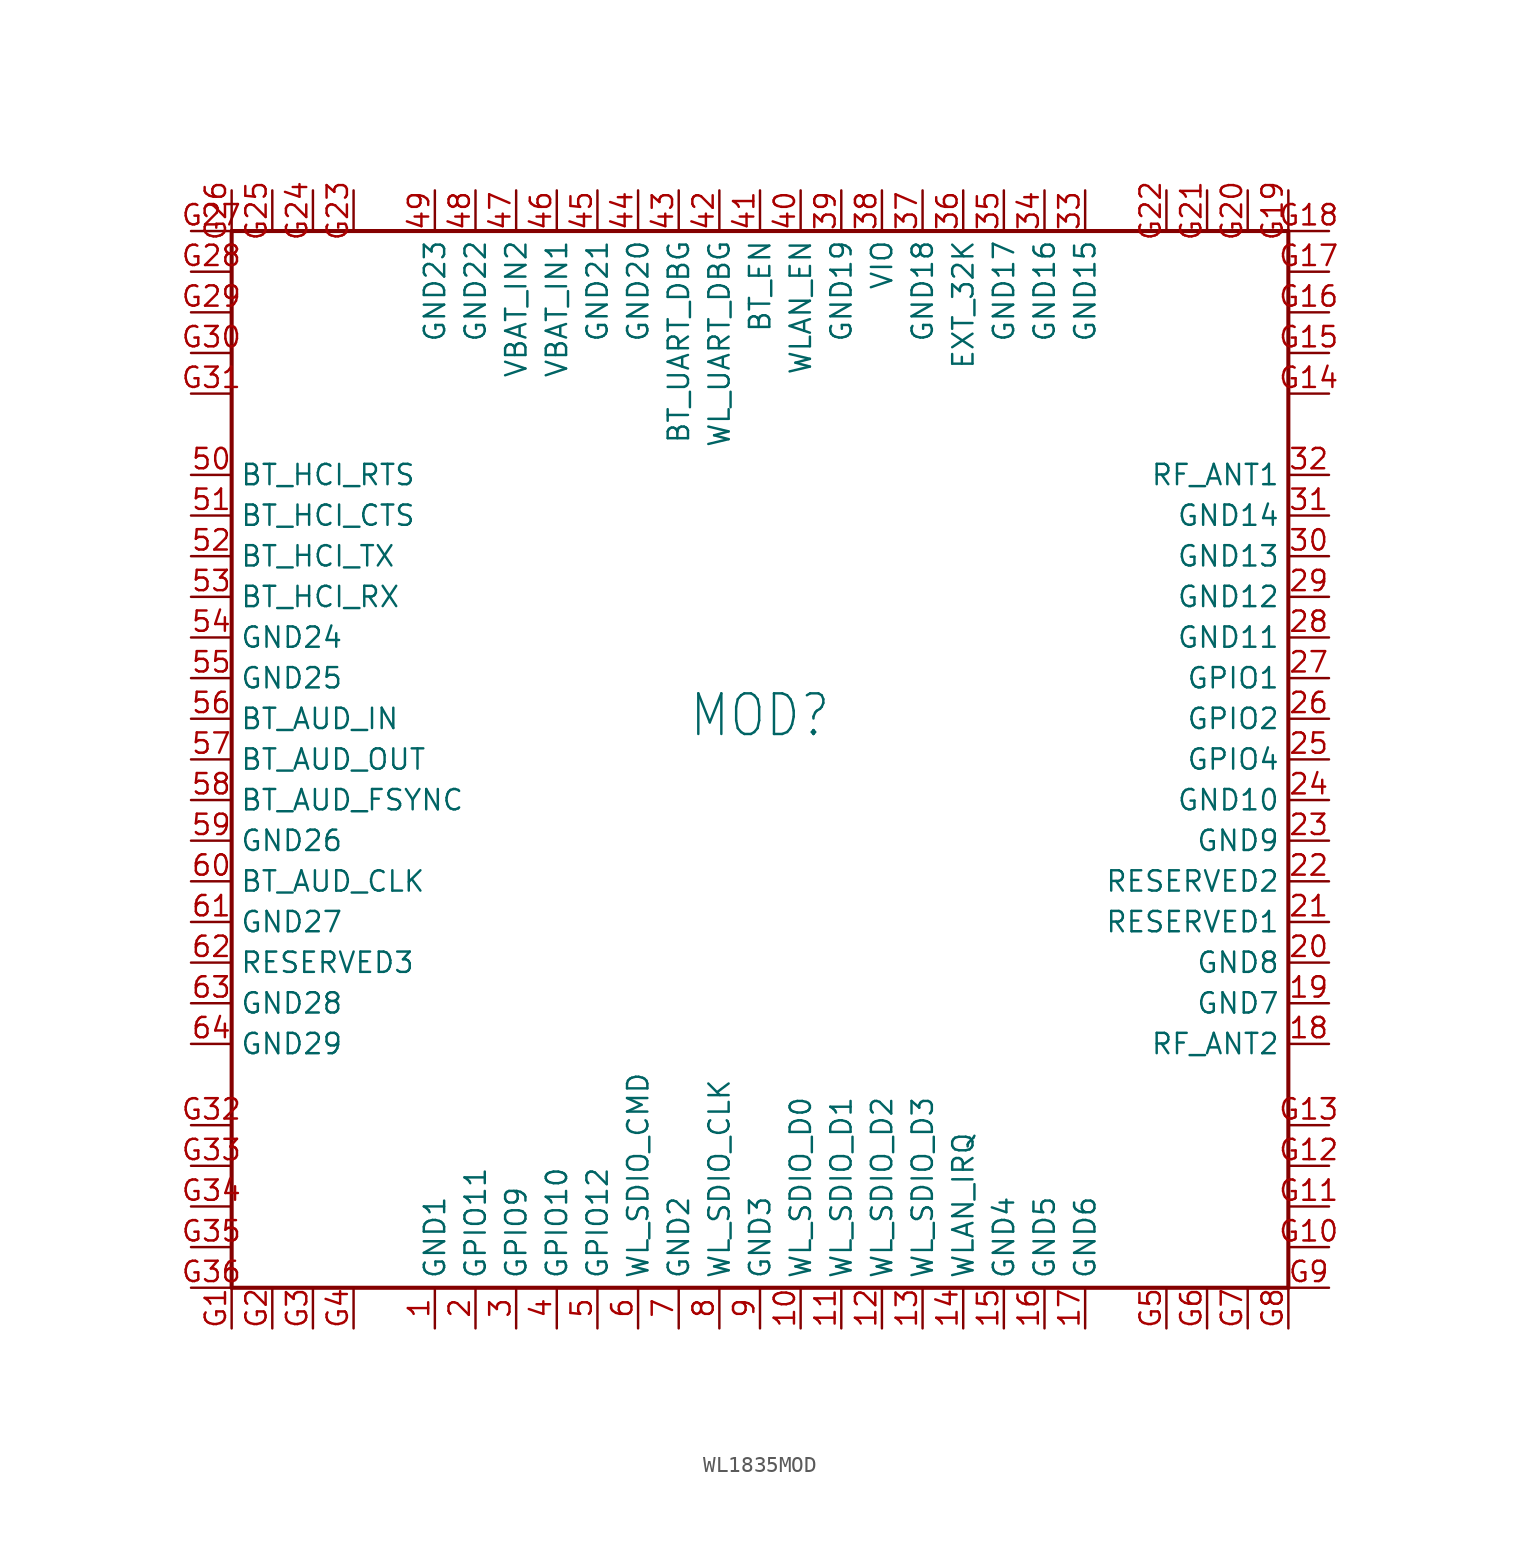
<source format=kicad_sym>
(kicad_symbol_lib
  (version 20231120)
  (generator "kicad_symbol_editor")
  (generator_version "8.0")
  (symbol "WL1835MOD"
    (property "Reference" "MOD"
      (at 0 1.27 0)
      (effects (font (size 2.54 2.159)) (justify bottom)))
    (property "Value" ""
      (at 0 -1.27 0)
      (effects (font (size 2.54 2.159)) (justify top)))
    (property "ki_locked" ""
      (at 0 0 0)
      (effects (font (size 1.27 1.27))))
    (symbol "WL1835MOD_1_0"
      (polyline (pts (xy -33.02 -33.02) (xy -33.02 33.02)) (stroke (width 0.254) (type solid)) (fill (type none)))
      (polyline (pts (xy -33.02 33.02) (xy 33.02 33.02)) (stroke (width 0.254) (type solid)) (fill (type none)))
      (polyline (pts (xy 33.02 -33.02) (xy -33.02 -33.02)) (stroke (width 0.254) (type solid)) (fill (type none)))
      (polyline (pts (xy 33.02 33.02) (xy 33.02 -33.02)) (stroke (width 0.254) (type solid)) (fill (type none)))
      (pin bidirectional line (at -20.32 -35.56 90) (length 2.54) (name "GND1" (effects (font (size 1.27 1.27)))) (number "1" (effects (font (size 1.27 1.27)))))
      (pin bidirectional line (at 2.54 -35.56 90) (length 2.54) (name "WL_SDIO_D0" (effects (font (size 1.27 1.27)))) (number "10" (effects (font (size 1.27 1.27)))))
      (pin bidirectional line (at 5.08 -35.56 90) (length 2.54) (name "WL_SDIO_D1" (effects (font (size 1.27 1.27)))) (number "11" (effects (font (size 1.27 1.27)))))
      (pin bidirectional line (at 7.62 -35.56 90) (length 2.54) (name "WL_SDIO_D2" (effects (font (size 1.27 1.27)))) (number "12" (effects (font (size 1.27 1.27)))))
      (pin bidirectional line (at 10.16 -35.56 90) (length 2.54) (name "WL_SDIO_D3" (effects (font (size 1.27 1.27)))) (number "13" (effects (font (size 1.27 1.27)))))
      (pin bidirectional line (at 12.7 -35.56 90) (length 2.54) (name "WLAN_IRQ" (effects (font (size 1.27 1.27)))) (number "14" (effects (font (size 1.27 1.27)))))
      (pin bidirectional line (at 15.24 -35.56 90) (length 2.54) (name "GND4" (effects (font (size 1.27 1.27)))) (number "15" (effects (font (size 1.27 1.27)))))
      (pin bidirectional line (at 17.78 -35.56 90) (length 2.54) (name "GND5" (effects (font (size 1.27 1.27)))) (number "16" (effects (font (size 1.27 1.27)))))
      (pin bidirectional line (at 20.32 -35.56 90) (length 2.54) (name "GND6" (effects (font (size 1.27 1.27)))) (number "17" (effects (font (size 1.27 1.27)))))
      (pin bidirectional line (at 35.56 -17.78 180) (length 2.54) (name "RF_ANT2" (effects (font (size 1.27 1.27)))) (number "18" (effects (font (size 1.27 1.27)))))
      (pin bidirectional line (at 35.56 -15.24 180) (length 2.54) (name "GND7" (effects (font (size 1.27 1.27)))) (number "19" (effects (font (size 1.27 1.27)))))
      (pin bidirectional line (at -17.78 -35.56 90) (length 2.54) (name "GPIO11" (effects (font (size 1.27 1.27)))) (number "2" (effects (font (size 1.27 1.27)))))
      (pin bidirectional line (at 35.56 -12.7 180) (length 2.54) (name "GND8" (effects (font (size 1.27 1.27)))) (number "20" (effects (font (size 1.27 1.27)))))
      (pin bidirectional line (at 35.56 -10.16 180) (length 2.54) (name "RESERVED1" (effects (font (size 1.27 1.27)))) (number "21" (effects (font (size 1.27 1.27)))))
      (pin bidirectional line (at 35.56 -7.62 180) (length 2.54) (name "RESERVED2" (effects (font (size 1.27 1.27)))) (number "22" (effects (font (size 1.27 1.27)))))
      (pin bidirectional line (at 35.56 -5.08 180) (length 2.54) (name "GND9" (effects (font (size 1.27 1.27)))) (number "23" (effects (font (size 1.27 1.27)))))
      (pin bidirectional line (at 35.56 -2.54 180) (length 2.54) (name "GND10" (effects (font (size 1.27 1.27)))) (number "24" (effects (font (size 1.27 1.27)))))
      (pin bidirectional line (at 35.56 0 180) (length 2.54) (name "GPIO4" (effects (font (size 1.27 1.27)))) (number "25" (effects (font (size 1.27 1.27)))))
      (pin bidirectional line (at 35.56 2.54 180) (length 2.54) (name "GPIO2" (effects (font (size 1.27 1.27)))) (number "26" (effects (font (size 1.27 1.27)))))
      (pin bidirectional line (at 35.56 5.08 180) (length 2.54) (name "GPIO1" (effects (font (size 1.27 1.27)))) (number "27" (effects (font (size 1.27 1.27)))))
      (pin bidirectional line (at 35.56 7.62 180) (length 2.54) (name "GND11" (effects (font (size 1.27 1.27)))) (number "28" (effects (font (size 1.27 1.27)))))
      (pin bidirectional line (at 35.56 10.16 180) (length 2.54) (name "GND12" (effects (font (size 1.27 1.27)))) (number "29" (effects (font (size 1.27 1.27)))))
      (pin bidirectional line (at -15.24 -35.56 90) (length 2.54) (name "GPIO9" (effects (font (size 1.27 1.27)))) (number "3" (effects (font (size 1.27 1.27)))))
      (pin bidirectional line (at 35.56 12.7 180) (length 2.54) (name "GND13" (effects (font (size 1.27 1.27)))) (number "30" (effects (font (size 1.27 1.27)))))
      (pin bidirectional line (at 35.56 15.24 180) (length 2.54) (name "GND14" (effects (font (size 1.27 1.27)))) (number "31" (effects (font (size 1.27 1.27)))))
      (pin bidirectional line (at 35.56 17.78 180) (length 2.54) (name "RF_ANT1" (effects (font (size 1.27 1.27)))) (number "32" (effects (font (size 1.27 1.27)))))
      (pin bidirectional line (at 20.32 35.56 270) (length 2.54) (name "GND15" (effects (font (size 1.27 1.27)))) (number "33" (effects (font (size 1.27 1.27)))))
      (pin bidirectional line (at 17.78 35.56 270) (length 2.54) (name "GND16" (effects (font (size 1.27 1.27)))) (number "34" (effects (font (size 1.27 1.27)))))
      (pin bidirectional line (at 15.24 35.56 270) (length 2.54) (name "GND17" (effects (font (size 1.27 1.27)))) (number "35" (effects (font (size 1.27 1.27)))))
      (pin bidirectional line (at 12.7 35.56 270) (length 2.54) (name "EXT_32K" (effects (font (size 1.27 1.27)))) (number "36" (effects (font (size 1.27 1.27)))))
      (pin bidirectional line (at 10.16 35.56 270) (length 2.54) (name "GND18" (effects (font (size 1.27 1.27)))) (number "37" (effects (font (size 1.27 1.27)))))
      (pin bidirectional line (at 7.62 35.56 270) (length 2.54) (name "VIO" (effects (font (size 1.27 1.27)))) (number "38" (effects (font (size 1.27 1.27)))))
      (pin bidirectional line (at 5.08 35.56 270) (length 2.54) (name "GND19" (effects (font (size 1.27 1.27)))) (number "39" (effects (font (size 1.27 1.27)))))
      (pin bidirectional line (at -12.7 -35.56 90) (length 2.54) (name "GPIO10" (effects (font (size 1.27 1.27)))) (number "4" (effects (font (size 1.27 1.27)))))
      (pin bidirectional line (at 2.54 35.56 270) (length 2.54) (name "WLAN_EN" (effects (font (size 1.27 1.27)))) (number "40" (effects (font (size 1.27 1.27)))))
      (pin bidirectional line (at 0 35.56 270) (length 2.54) (name "BT_EN" (effects (font (size 1.27 1.27)))) (number "41" (effects (font (size 1.27 1.27)))))
      (pin bidirectional line (at -2.54 35.56 270) (length 2.54) (name "WL_UART_DBG" (effects (font (size 1.27 1.27)))) (number "42" (effects (font (size 1.27 1.27)))))
      (pin bidirectional line (at -5.08 35.56 270) (length 2.54) (name "BT_UART_DBG" (effects (font (size 1.27 1.27)))) (number "43" (effects (font (size 1.27 1.27)))))
      (pin bidirectional line (at -7.62 35.56 270) (length 2.54) (name "GND20" (effects (font (size 1.27 1.27)))) (number "44" (effects (font (size 1.27 1.27)))))
      (pin bidirectional line (at -10.16 35.56 270) (length 2.54) (name "GND21" (effects (font (size 1.27 1.27)))) (number "45" (effects (font (size 1.27 1.27)))))
      (pin bidirectional line (at -12.7 35.56 270) (length 2.54) (name "VBAT_IN1" (effects (font (size 1.27 1.27)))) (number "46" (effects (font (size 1.27 1.27)))))
      (pin bidirectional line (at -15.24 35.56 270) (length 2.54) (name "VBAT_IN2" (effects (font (size 1.27 1.27)))) (number "47" (effects (font (size 1.27 1.27)))))
      (pin bidirectional line (at -17.78 35.56 270) (length 2.54) (name "GND22" (effects (font (size 1.27 1.27)))) (number "48" (effects (font (size 1.27 1.27)))))
      (pin bidirectional line (at -20.32 35.56 270) (length 2.54) (name "GND23" (effects (font (size 1.27 1.27)))) (number "49" (effects (font (size 1.27 1.27)))))
      (pin bidirectional line (at -10.16 -35.56 90) (length 2.54) (name "GPIO12" (effects (font (size 1.27 1.27)))) (number "5" (effects (font (size 1.27 1.27)))))
      (pin bidirectional line (at -35.56 17.78 0) (length 2.54) (name "BT_HCI_RTS" (effects (font (size 1.27 1.27)))) (number "50" (effects (font (size 1.27 1.27)))))
      (pin bidirectional line (at -35.56 15.24 0) (length 2.54) (name "BT_HCI_CTS" (effects (font (size 1.27 1.27)))) (number "51" (effects (font (size 1.27 1.27)))))
      (pin bidirectional line (at -35.56 12.7 0) (length 2.54) (name "BT_HCI_TX" (effects (font (size 1.27 1.27)))) (number "52" (effects (font (size 1.27 1.27)))))
      (pin bidirectional line (at -35.56 10.16 0) (length 2.54) (name "BT_HCI_RX" (effects (font (size 1.27 1.27)))) (number "53" (effects (font (size 1.27 1.27)))))
      (pin bidirectional line (at -35.56 7.62 0) (length 2.54) (name "GND24" (effects (font (size 1.27 1.27)))) (number "54" (effects (font (size 1.27 1.27)))))
      (pin bidirectional line (at -35.56 5.08 0) (length 2.54) (name "GND25" (effects (font (size 1.27 1.27)))) (number "55" (effects (font (size 1.27 1.27)))))
      (pin bidirectional line (at -35.56 2.54 0) (length 2.54) (name "BT_AUD_IN" (effects (font (size 1.27 1.27)))) (number "56" (effects (font (size 1.27 1.27)))))
      (pin bidirectional line (at -35.56 0 0) (length 2.54) (name "BT_AUD_OUT" (effects (font (size 1.27 1.27)))) (number "57" (effects (font (size 1.27 1.27)))))
      (pin bidirectional line (at -35.56 -2.54 0) (length 2.54) (name "BT_AUD_FSYNC" (effects (font (size 1.27 1.27)))) (number "58" (effects (font (size 1.27 1.27)))))
      (pin bidirectional line (at -35.56 -5.08 0) (length 2.54) (name "GND26" (effects (font (size 1.27 1.27)))) (number "59" (effects (font (size 1.27 1.27)))))
      (pin bidirectional line (at -7.62 -35.56 90) (length 2.54) (name "WL_SDIO_CMD" (effects (font (size 1.27 1.27)))) (number "6" (effects (font (size 1.27 1.27)))))
      (pin bidirectional line (at -35.56 -7.62 0) (length 2.54) (name "BT_AUD_CLK" (effects (font (size 1.27 1.27)))) (number "60" (effects (font (size 1.27 1.27)))))
      (pin bidirectional line (at -35.56 -10.16 0) (length 2.54) (name "GND27" (effects (font (size 1.27 1.27)))) (number "61" (effects (font (size 1.27 1.27)))))
      (pin bidirectional line (at -35.56 -12.7 0) (length 2.54) (name "RESERVED3" (effects (font (size 1.27 1.27)))) (number "62" (effects (font (size 1.27 1.27)))))
      (pin bidirectional line (at -35.56 -15.24 0) (length 2.54) (name "GND28" (effects (font (size 1.27 1.27)))) (number "63" (effects (font (size 1.27 1.27)))))
      (pin bidirectional line (at -35.56 -17.78 0) (length 2.54) (name "GND29" (effects (font (size 1.27 1.27)))) (number "64" (effects (font (size 1.27 1.27)))))
      (pin bidirectional line (at -5.08 -35.56 90) (length 2.54) (name "GND2" (effects (font (size 1.27 1.27)))) (number "7" (effects (font (size 1.27 1.27)))))
      (pin bidirectional line (at -2.54 -35.56 90) (length 2.54) (name "WL_SDIO_CLK" (effects (font (size 1.27 1.27)))) (number "8" (effects (font (size 1.27 1.27)))))
      (pin bidirectional line (at 0 -35.56 90) (length 2.54) (name "GND3" (effects (font (size 1.27 1.27)))) (number "9" (effects (font (size 1.27 1.27)))))
      (pin bidirectional line (at -33.02 -35.56 90) (length 2.54) (name "G1" (effects (font (size 0 0)))) (number "G1" (effects (font (size 1.27 1.27)))))
      (pin bidirectional line (at 35.56 -30.48 180) (length 2.54) (name "G10" (effects (font (size 0 0)))) (number "G10" (effects (font (size 1.27 1.27)))))
      (pin bidirectional line (at 35.56 -27.94 180) (length 2.54) (name "G11" (effects (font (size 0 0)))) (number "G11" (effects (font (size 1.27 1.27)))))
      (pin bidirectional line (at 35.56 -25.4 180) (length 2.54) (name "G12" (effects (font (size 0 0)))) (number "G12" (effects (font (size 1.27 1.27)))))
      (pin bidirectional line (at 35.56 -22.86 180) (length 2.54) (name "G13" (effects (font (size 0 0)))) (number "G13" (effects (font (size 1.27 1.27)))))
      (pin bidirectional line (at 35.56 22.86 180) (length 2.54) (name "G14" (effects (font (size 0 0)))) (number "G14" (effects (font (size 1.27 1.27)))))
      (pin bidirectional line (at 35.56 25.4 180) (length 2.54) (name "G15" (effects (font (size 0 0)))) (number "G15" (effects (font (size 1.27 1.27)))))
      (pin bidirectional line (at 35.56 27.94 180) (length 2.54) (name "G16" (effects (font (size 0 0)))) (number "G16" (effects (font (size 1.27 1.27)))))
      (pin bidirectional line (at 35.56 30.48 180) (length 2.54) (name "G17" (effects (font (size 0 0)))) (number "G17" (effects (font (size 1.27 1.27)))))
      (pin bidirectional line (at 35.56 33.02 180) (length 2.54) (name "G18" (effects (font (size 0 0)))) (number "G18" (effects (font (size 1.27 1.27)))))
      (pin bidirectional line (at 33.02 35.56 270) (length 2.54) (name "G19" (effects (font (size 0 0)))) (number "G19" (effects (font (size 1.27 1.27)))))
      (pin bidirectional line (at -30.48 -35.56 90) (length 2.54) (name "G2" (effects (font (size 0 0)))) (number "G2" (effects (font (size 1.27 1.27)))))
      (pin bidirectional line (at 30.48 35.56 270) (length 2.54) (name "G20" (effects (font (size 0 0)))) (number "G20" (effects (font (size 1.27 1.27)))))
      (pin bidirectional line (at 27.94 35.56 270) (length 2.54) (name "G21" (effects (font (size 0 0)))) (number "G21" (effects (font (size 1.27 1.27)))))
      (pin bidirectional line (at 25.4 35.56 270) (length 2.54) (name "G22" (effects (font (size 0 0)))) (number "G22" (effects (font (size 1.27 1.27)))))
      (pin bidirectional line (at -25.4 35.56 270) (length 2.54) (name "G23" (effects (font (size 0 0)))) (number "G23" (effects (font (size 1.27 1.27)))))
      (pin bidirectional line (at -27.94 35.56 270) (length 2.54) (name "G24" (effects (font (size 0 0)))) (number "G24" (effects (font (size 1.27 1.27)))))
      (pin bidirectional line (at -30.48 35.56 270) (length 2.54) (name "G25" (effects (font (size 0 0)))) (number "G25" (effects (font (size 1.27 1.27)))))
      (pin bidirectional line (at -33.02 35.56 270) (length 2.54) (name "G26" (effects (font (size 0 0)))) (number "G26" (effects (font (size 1.27 1.27)))))
      (pin bidirectional line (at -35.56 33.02 0) (length 2.54) (name "G27" (effects (font (size 0 0)))) (number "G27" (effects (font (size 1.27 1.27)))))
      (pin bidirectional line (at -35.56 30.48 0) (length 2.54) (name "G28" (effects (font (size 0 0)))) (number "G28" (effects (font (size 1.27 1.27)))))
      (pin bidirectional line (at -35.56 27.94 0) (length 2.54) (name "G29" (effects (font (size 0 0)))) (number "G29" (effects (font (size 1.27 1.27)))))
      (pin bidirectional line (at -27.94 -35.56 90) (length 2.54) (name "G3" (effects (font (size 0 0)))) (number "G3" (effects (font (size 1.27 1.27)))))
      (pin bidirectional line (at -35.56 25.4 0) (length 2.54) (name "G30" (effects (font (size 0 0)))) (number "G30" (effects (font (size 1.27 1.27)))))
      (pin bidirectional line (at -35.56 22.86 0) (length 2.54) (name "G31" (effects (font (size 0 0)))) (number "G31" (effects (font (size 1.27 1.27)))))
      (pin bidirectional line (at -35.56 -22.86 0) (length 2.54) (name "G32" (effects (font (size 0 0)))) (number "G32" (effects (font (size 1.27 1.27)))))
      (pin bidirectional line (at -35.56 -25.4 0) (length 2.54) (name "G33" (effects (font (size 0 0)))) (number "G33" (effects (font (size 1.27 1.27)))))
      (pin bidirectional line (at -35.56 -27.94 0) (length 2.54) (name "G34" (effects (font (size 0 0)))) (number "G34" (effects (font (size 1.27 1.27)))))
      (pin bidirectional line (at -35.56 -30.48 0) (length 2.54) (name "G35" (effects (font (size 0 0)))) (number "G35" (effects (font (size 1.27 1.27)))))
      (pin bidirectional line (at -35.56 -33.02 0) (length 2.54) (name "G36" (effects (font (size 0 0)))) (number "G36" (effects (font (size 1.27 1.27)))))
      (pin bidirectional line (at -25.4 -35.56 90) (length 2.54) (name "G4" (effects (font (size 0 0)))) (number "G4" (effects (font (size 1.27 1.27)))))
      (pin bidirectional line (at 25.4 -35.56 90) (length 2.54) (name "G5" (effects (font (size 0 0)))) (number "G5" (effects (font (size 1.27 1.27)))))
      (pin bidirectional line (at 27.94 -35.56 90) (length 2.54) (name "G6" (effects (font (size 0 0)))) (number "G6" (effects (font (size 1.27 1.27)))))
      (pin bidirectional line (at 30.48 -35.56 90) (length 2.54) (name "G7" (effects (font (size 0 0)))) (number "G7" (effects (font (size 1.27 1.27)))))
      (pin bidirectional line (at 33.02 -35.56 90) (length 2.54) (name "G8" (effects (font (size 0 0)))) (number "G8" (effects (font (size 1.27 1.27)))))
      (pin bidirectional line (at 35.56 -33.02 180) (length 2.54) (name "G9" (effects (font (size 0 0)))) (number "G9" (effects (font (size 1.27 1.27))))))))
</source>
